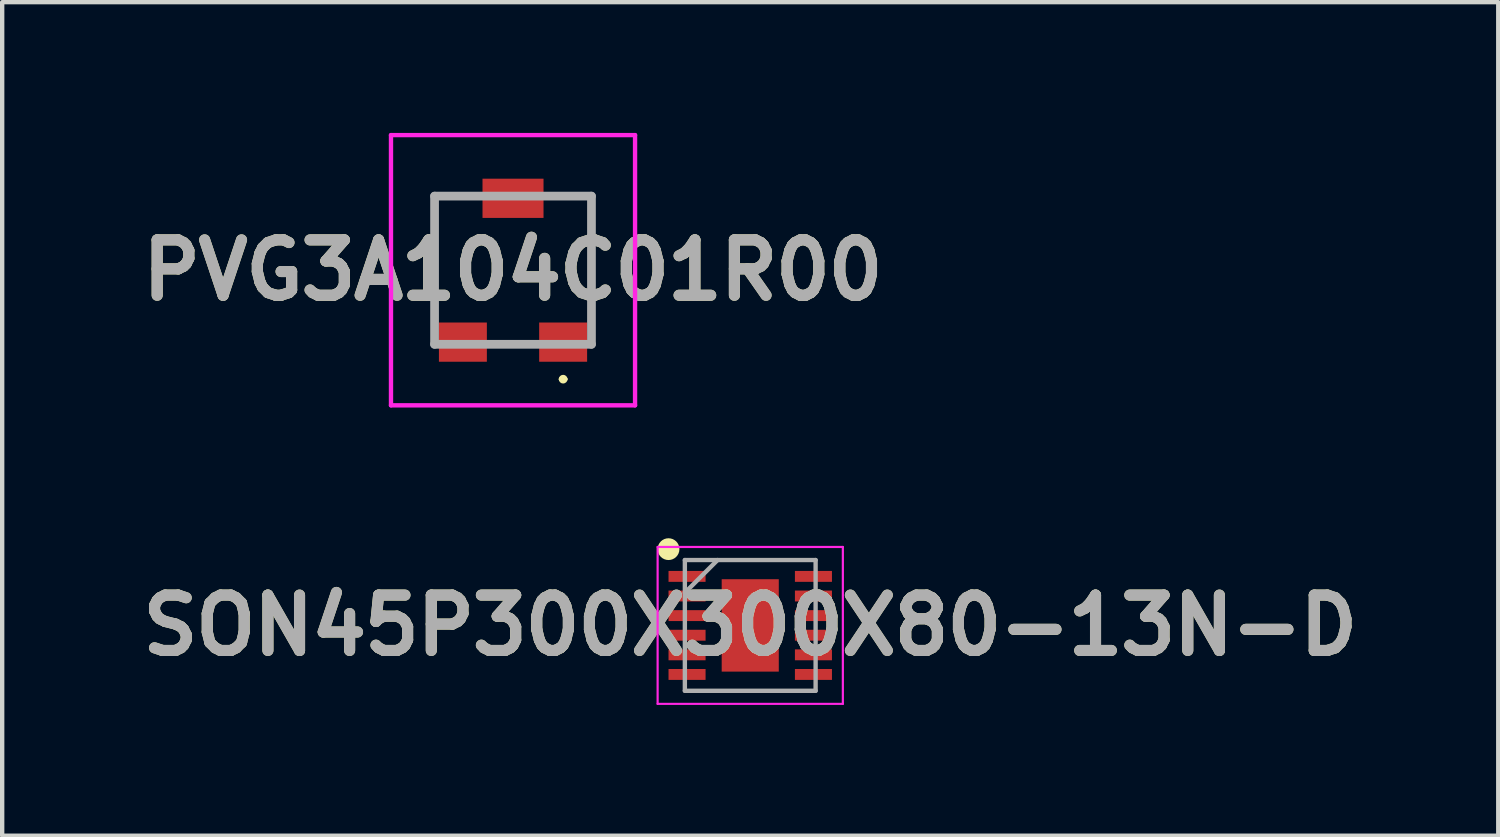
<source format=kicad_pcb>
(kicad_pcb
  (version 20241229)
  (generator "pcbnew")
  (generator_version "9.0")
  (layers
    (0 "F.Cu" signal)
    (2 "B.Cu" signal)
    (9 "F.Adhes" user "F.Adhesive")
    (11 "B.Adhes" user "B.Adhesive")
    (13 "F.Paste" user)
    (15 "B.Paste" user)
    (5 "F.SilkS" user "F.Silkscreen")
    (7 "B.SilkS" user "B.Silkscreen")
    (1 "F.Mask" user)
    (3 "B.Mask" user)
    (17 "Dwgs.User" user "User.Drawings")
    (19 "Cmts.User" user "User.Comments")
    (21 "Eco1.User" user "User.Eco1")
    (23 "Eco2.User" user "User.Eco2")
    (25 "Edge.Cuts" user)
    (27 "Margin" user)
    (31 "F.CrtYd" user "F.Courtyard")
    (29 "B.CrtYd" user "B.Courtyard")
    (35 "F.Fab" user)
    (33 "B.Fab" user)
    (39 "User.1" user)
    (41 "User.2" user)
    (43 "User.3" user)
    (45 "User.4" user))
  (footprint "SON45P300X300X80-13N-D"
    (layer "F.Cu")
    (at 14.164 11.3)
    (property "Reference" "SON45P300X300X80-13N-D" (at 0 0 0) (layer "F.SilkS") (effects (font (size 1.27 1.27) (thickness 0.254))))
    (attr smd)
    (fp_circle (center -1.875 -1.75) (end -1.875 -1.625) (stroke (width 0.25) (type solid)) (fill no) (layer "F.SilkS"))
    (fp_line (start -2.125 -1.8) (end 2.125 -1.8) (stroke (width 0.05) (type solid)) (layer "F.CrtYd"))
    (fp_line (start -2.125 1.8) (end -2.125 -1.8) (stroke (width 0.05) (type solid)) (layer "F.CrtYd"))
    (fp_line (start 2.125 -1.8) (end 2.125 1.8) (stroke (width 0.05) (type solid)) (layer "F.CrtYd"))
    (fp_line (start 2.125 1.8) (end -2.125 1.8) (stroke (width 0.05) (type solid)) (layer "F.CrtYd"))
    (fp_line (start -1.5 -1.5) (end 1.5 -1.5) (stroke (width 0.1) (type solid)) (layer "F.Fab"))
    (fp_line (start -1.5 -0.75) (end -0.75 -1.5) (stroke (width 0.1) (type solid)) (layer "F.Fab"))
    (fp_line (start -1.5 1.5) (end -1.5 -1.5) (stroke (width 0.1) (type solid)) (layer "F.Fab"))
    (fp_line (start 1.5 -1.5) (end 1.5 1.5) (stroke (width 0.1) (type solid)) (layer "F.Fab"))
    (fp_line (start 1.5 1.5) (end -1.5 1.5) (stroke (width 0.1) (type solid)) (layer "F.Fab"))
    (fp_text user "${REFERENCE}" (at 0 0 0) (layer "F.Fab") (effects (font (size 1.27 1.27) (thickness 0.254))))
    (pad "1" smd rect (at -1.45 -1.125 90) (size 0.25 0.85) (layers "F.Cu" "F.Mask" "F.Paste"))
    (pad "2" smd rect (at -1.45 -0.675 90) (size 0.25 0.85) (layers "F.Cu" "F.Mask" "F.Paste"))
    (pad "3" smd rect (at -1.45 -0.225 90) (size 0.25 0.85) (layers "F.Cu" "F.Mask" "F.Paste"))
    (pad "4" smd rect (at -1.45 0.225 90) (size 0.25 0.85) (layers "F.Cu" "F.Mask" "F.Paste"))
    (pad "5" smd rect (at -1.45 0.675 90) (size 0.25 0.85) (layers "F.Cu" "F.Mask" "F.Paste"))
    (pad "6" smd rect (at -1.45 1.125 90) (size 0.25 0.85) (layers "F.Cu" "F.Mask" "F.Paste"))
    (pad "7" smd rect (at 1.45 1.125 90) (size 0.25 0.85) (layers "F.Cu" "F.Mask" "F.Paste"))
    (pad "8" smd rect (at 1.45 0.675 90) (size 0.25 0.85) (layers "F.Cu" "F.Mask" "F.Paste"))
    (pad "9" smd rect (at 1.45 0.225 90) (size 0.25 0.85) (layers "F.Cu" "F.Mask" "F.Paste"))
    (pad "10" smd rect (at 1.45 -0.225 90) (size 0.25 0.85) (layers "F.Cu" "F.Mask" "F.Paste"))
    (pad "11" smd rect (at 1.45 -0.675 90) (size 0.25 0.85) (layers "F.Cu" "F.Mask" "F.Paste"))
    (pad "12" smd rect (at 1.45 -1.125 90) (size 0.25 0.85) (layers "F.Cu" "F.Mask" "F.Paste"))
    (pad "13" smd rect (at 0 0) (size 1.31 2.12) (layers "F.Cu" "F.Mask" "F.Paste")))
  (footprint "PVG3A104C01R00"
    (layer "F.Cu")
    (at 8.721 3.15)
    (property "Reference" "PVG3A104C01R00" (at 0 0 0) (layer "F.SilkS") (effects (font (size 1.27 1.27) (thickness 0.254))))
    (attr smd)
    (fp_line (start -1.8 -1.7) (end -1.8 0.966) (stroke (width 0.1) (type solid)) (layer "F.SilkS"))
    (fp_line (start -1.8 -1.7) (end -0.996 -1.7) (stroke (width 0.1) (type solid)) (layer "F.SilkS"))
    (fp_line (start 1.1 2.5) (end 1.1 2.5) (stroke (width 0.1) (type solid)) (layer "F.SilkS"))
    (fp_line (start 1.2 2.5) (end 1.2 2.5) (stroke (width 0.1) (type solid)) (layer "F.SilkS"))
    (fp_line (start 1.8 -1.7) (end 0.996 -1.7) (stroke (width 0.1) (type solid)) (layer "F.SilkS"))
    (fp_line (start 1.8 -1.7) (end 1.8 0.966) (stroke (width 0.1) (type solid)) (layer "F.SilkS"))
    (fp_arc (start 1.1 2.5) (mid 1.15 2.45) (end 1.2 2.5) (stroke (width 0.1) (type solid)) (layer "F.SilkS"))
    (fp_arc (start 1.2 2.5) (mid 1.15 2.55) (end 1.1 2.5) (stroke (width 0.1) (type solid)) (layer "F.SilkS"))
    (fp_line (start -2.8 -3.1) (end -2.8 3.1) (stroke (width 0.1) (type solid)) (layer "F.CrtYd"))
    (fp_line (start -2.8 3.1) (end 2.8 3.1) (stroke (width 0.1) (type solid)) (layer "F.CrtYd"))
    (fp_line (start 2.8 -3.1) (end -2.8 -3.1) (stroke (width 0.1) (type solid)) (layer "F.CrtYd"))
    (fp_line (start 2.8 3.1) (end 2.8 -3.1) (stroke (width 0.1) (type solid)) (layer "F.CrtYd"))
    (fp_line (start -1.8 -1.7) (end -1.8 1.7) (stroke (width 0.2) (type solid)) (layer "F.Fab"))
    (fp_line (start -1.8 1.7) (end 1.8 1.7) (stroke (width 0.2) (type solid)) (layer "F.Fab"))
    (fp_line (start 1.8 -1.7) (end -1.8 -1.7) (stroke (width 0.2) (type solid)) (layer "F.Fab"))
    (fp_line (start 1.8 1.7) (end 1.8 -1.7) (stroke (width 0.2) (type solid)) (layer "F.Fab"))
    (fp_text user "${REFERENCE}" (at 0 0 0) (layer "F.Fab") (effects (font (size 1.27 1.27) (thickness 0.254))))
    (pad "1" smd rect (at 1.15 1.65 90) (size 0.9 1.1) (layers "F.Cu" "F.Mask" "F.Paste"))
    (pad "2" smd rect (at 0 -1.65 90) (size 0.9 1.4) (layers "F.Cu" "F.Mask" "F.Paste"))
    (pad "3" smd rect (at -1.15 1.65 90) (size 0.9 1.1) (layers "F.Cu" "F.Mask" "F.Paste")))
  (gr_rect
    (start -3 -3)
    (end 31.327 16.125)
    (stroke (width 0.1) (type default))
    (fill no)
    (layer "Edge.Cuts")))
</source>
